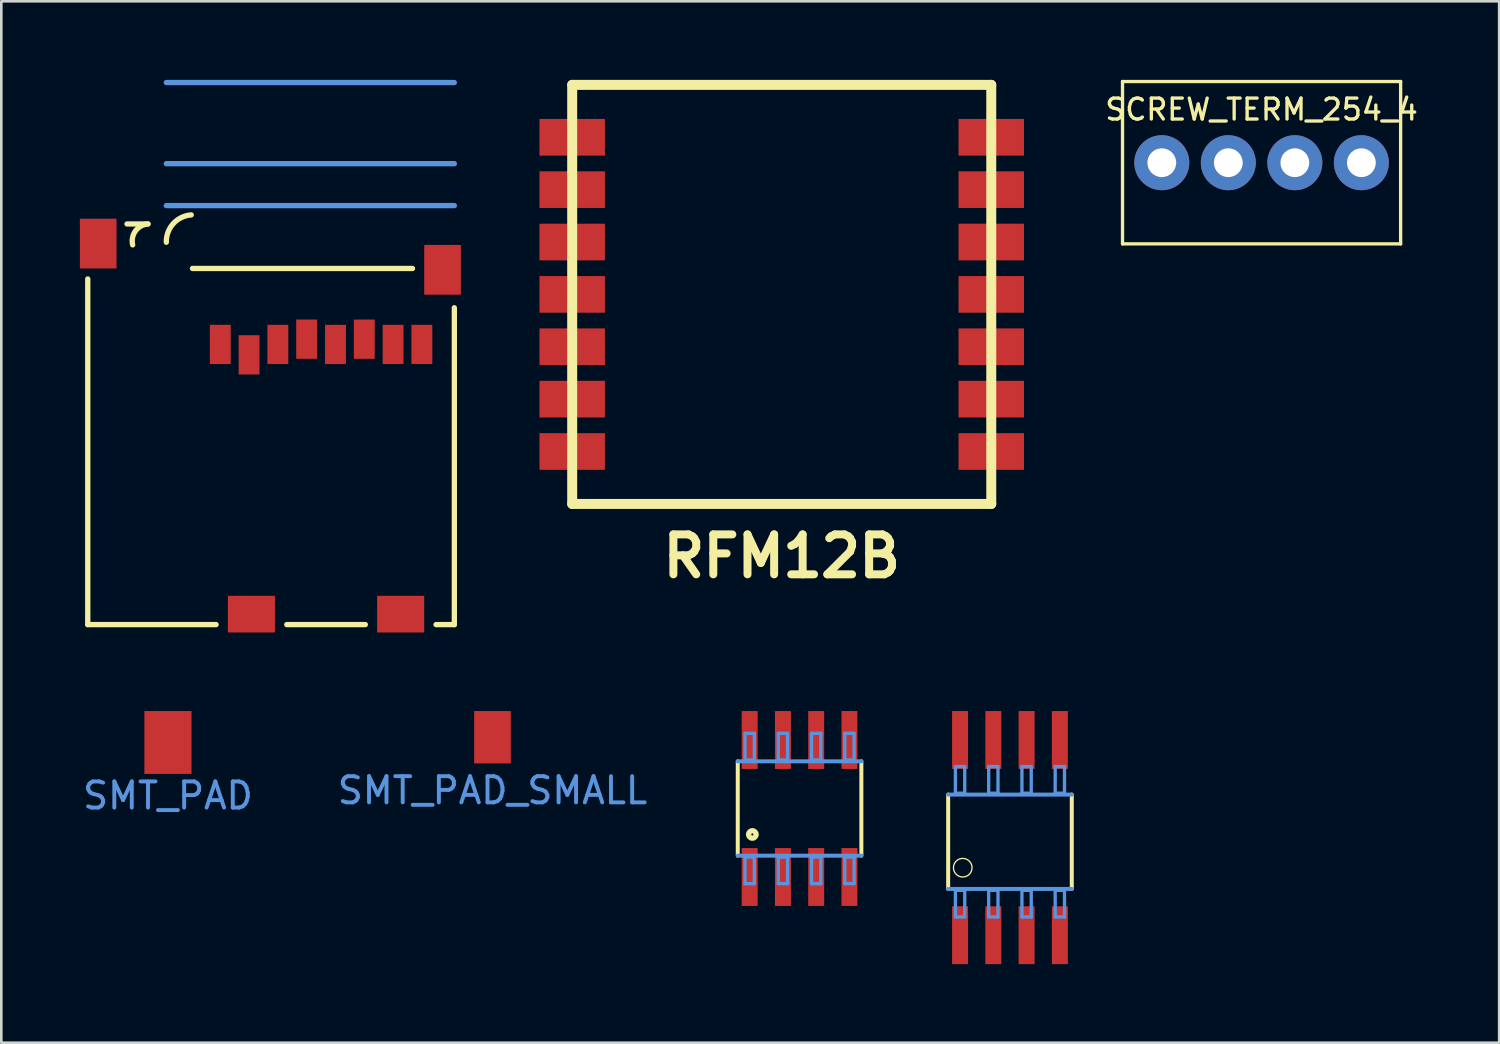
<source format=kicad_pcb>
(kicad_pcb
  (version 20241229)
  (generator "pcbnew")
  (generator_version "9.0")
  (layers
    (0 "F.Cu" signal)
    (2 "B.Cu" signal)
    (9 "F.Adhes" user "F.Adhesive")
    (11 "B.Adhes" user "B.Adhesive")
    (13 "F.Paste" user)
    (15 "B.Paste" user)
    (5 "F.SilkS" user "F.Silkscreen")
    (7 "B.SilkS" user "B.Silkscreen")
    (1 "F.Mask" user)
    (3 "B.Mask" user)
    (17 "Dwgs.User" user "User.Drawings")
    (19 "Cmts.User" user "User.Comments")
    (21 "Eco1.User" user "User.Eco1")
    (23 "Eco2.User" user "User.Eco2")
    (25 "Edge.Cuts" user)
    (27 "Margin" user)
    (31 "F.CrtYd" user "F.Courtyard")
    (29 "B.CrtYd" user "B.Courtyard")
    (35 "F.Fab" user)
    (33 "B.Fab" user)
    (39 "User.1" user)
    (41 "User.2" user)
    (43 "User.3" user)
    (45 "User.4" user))
  (footprint "SOIC-8-NARROW"
    (layer "F.Cu")
    (at 27.481 27.822)
    (property "Reference" "SOIC-8-NARROW" (at -0.048 -0.442 0) (layer "Eco1.User") (effects (font (size 0.406 0.406) (thickness 0.03))))
    (attr through_hole)
    (fp_line (start -2.36 -1.801) (end -2.36 1.801) (stroke (width 0.152) (type solid)) (layer "F.SilkS"))
    (fp_line (start 2.36 1.801) (end 2.36 -1.801) (stroke (width 0.152) (type solid)) (layer "F.SilkS"))
    (fp_circle (center -1.803 0.991) (end -1.661 0.991) (stroke (width 0.203) (type solid)) (fill no) (layer "F.SilkS"))
    (fp_line (start -2.36 1.801) (end 2.36 1.801) (stroke (width 0.152) (type solid)) (layer "Cmts.User"))
    (fp_line (start -2.083 -2.87) (end -2.083 -1.854) (stroke (width 0.127) (type solid)) (layer "Cmts.User"))
    (fp_line (start -2.083 -1.854) (end -1.727 -1.854) (stroke (width 0.127) (type solid)) (layer "Cmts.User"))
    (fp_line (start -2.083 1.854) (end -2.083 2.87) (stroke (width 0.127) (type solid)) (layer "Cmts.User"))
    (fp_line (start -2.083 2.87) (end -1.727 2.87) (stroke (width 0.127) (type solid)) (layer "Cmts.User"))
    (fp_line (start -1.727 -2.87) (end -2.083 -2.87) (stroke (width 0.127) (type solid)) (layer "Cmts.User"))
    (fp_line (start -1.727 -1.854) (end -1.727 -2.87) (stroke (width 0.127) (type solid)) (layer "Cmts.User"))
    (fp_line (start -1.727 1.854) (end -2.083 1.854) (stroke (width 0.127) (type solid)) (layer "Cmts.User"))
    (fp_line (start -1.727 2.87) (end -1.727 1.854) (stroke (width 0.127) (type solid)) (layer "Cmts.User"))
    (fp_line (start -0.813 -2.87) (end -0.813 -1.854) (stroke (width 0.127) (type solid)) (layer "Cmts.User"))
    (fp_line (start -0.813 -1.854) (end -0.457 -1.854) (stroke (width 0.127) (type solid)) (layer "Cmts.User"))
    (fp_line (start -0.813 1.854) (end -0.813 2.87) (stroke (width 0.127) (type solid)) (layer "Cmts.User"))
    (fp_line (start -0.813 2.87) (end -0.457 2.87) (stroke (width 0.127) (type solid)) (layer "Cmts.User"))
    (fp_line (start -0.457 -2.87) (end -0.813 -2.87) (stroke (width 0.127) (type solid)) (layer "Cmts.User"))
    (fp_line (start -0.457 -1.854) (end -0.457 -2.87) (stroke (width 0.127) (type solid)) (layer "Cmts.User"))
    (fp_line (start -0.457 1.854) (end -0.813 1.854) (stroke (width 0.127) (type solid)) (layer "Cmts.User"))
    (fp_line (start -0.457 2.87) (end -0.457 1.854) (stroke (width 0.127) (type solid)) (layer "Cmts.User"))
    (fp_line (start 0.457 -2.87) (end 0.457 -1.854) (stroke (width 0.127) (type solid)) (layer "Cmts.User"))
    (fp_line (start 0.457 -1.854) (end 0.813 -1.854) (stroke (width 0.127) (type solid)) (layer "Cmts.User"))
    (fp_line (start 0.457 1.854) (end 0.457 2.87) (stroke (width 0.127) (type solid)) (layer "Cmts.User"))
    (fp_line (start 0.457 2.87) (end 0.813 2.87) (stroke (width 0.127) (type solid)) (layer "Cmts.User"))
    (fp_line (start 0.813 -2.87) (end 0.457 -2.87) (stroke (width 0.127) (type solid)) (layer "Cmts.User"))
    (fp_line (start 0.813 -1.854) (end 0.813 -2.87) (stroke (width 0.127) (type solid)) (layer "Cmts.User"))
    (fp_line (start 0.813 1.854) (end 0.457 1.854) (stroke (width 0.127) (type solid)) (layer "Cmts.User"))
    (fp_line (start 0.813 2.87) (end 0.813 1.854) (stroke (width 0.127) (type solid)) (layer "Cmts.User"))
    (fp_line (start 1.727 -2.87) (end 1.727 -1.854) (stroke (width 0.127) (type solid)) (layer "Cmts.User"))
    (fp_line (start 1.727 -1.854) (end 2.083 -1.854) (stroke (width 0.127) (type solid)) (layer "Cmts.User"))
    (fp_line (start 1.727 1.854) (end 1.727 2.87) (stroke (width 0.127) (type solid)) (layer "Cmts.User"))
    (fp_line (start 1.727 2.87) (end 2.083 2.87) (stroke (width 0.127) (type solid)) (layer "Cmts.User"))
    (fp_line (start 2.083 -2.87) (end 1.727 -2.87) (stroke (width 0.127) (type solid)) (layer "Cmts.User"))
    (fp_line (start 2.083 -1.854) (end 2.083 -2.87) (stroke (width 0.127) (type solid)) (layer "Cmts.User"))
    (fp_line (start 2.083 1.854) (end 1.727 1.854) (stroke (width 0.127) (type solid)) (layer "Cmts.User"))
    (fp_line (start 2.083 2.87) (end 2.083 1.854) (stroke (width 0.127) (type solid)) (layer "Cmts.User"))
    (fp_line (start 2.36 -1.801) (end -2.36 -1.801) (stroke (width 0.152) (type solid)) (layer "Cmts.User"))
    (pad "1" smd rect (at -1.905 2.616) (size 0.61 2.21) (layers "F.Cu" "F.Mask" "F.Paste"))
    (pad "2" smd rect (at -0.635 2.616) (size 0.61 2.21) (layers "F.Cu" "F.Mask" "F.Paste"))
    (pad "3" smd rect (at 0.635 2.616) (size 0.61 2.21) (layers "F.Cu" "F.Mask" "F.Paste"))
    (pad "4" smd rect (at 1.905 2.616) (size 0.61 2.21) (layers "F.Cu" "F.Mask" "F.Paste"))
    (pad "5" smd rect (at 1.905 -2.616) (size 0.61 2.21) (layers "F.Cu" "F.Mask" "F.Paste"))
    (pad "6" smd rect (at 0.635 -2.616) (size 0.61 2.21) (layers "F.Cu" "F.Mask" "F.Paste"))
    (pad "7" smd rect (at -0.635 -2.616) (size 0.61 2.21) (layers "F.Cu" "F.Mask" "F.Paste"))
    (pad "8" smd rect (at -1.905 -2.616) (size 0.61 2.21) (layers "F.Cu" "F.Mask" "F.Paste")))
  (footprint "SMT_PAD_SMALL"
    (layer "F.Cu")
    (at 15.756 25.101)
    (property "Reference" "SMT_PAD_SMALL" (at 0 2.032 0) (layer "Cmts.User") (effects (font (size 1 1) (thickness 0.15))))
    (attr through_hole)
    (pad "1" smd rect (at 0 0) (size 1.4 2) (layers "F.Cu" "F.Mask" "F.Paste")))
  (footprint "SOIC-8-WIDE"
    (layer "F.Cu")
    (at 35.515 29.092)
    (property "Reference" "SOIC-8-WIDE" (at -0.023 -0.505 0) (layer "Eco1.User") (effects (font (size 0.406 0.406) (thickness 0.035))))
    (attr through_hole)
    (fp_line (start -2.36 -1.801) (end -2.36 1.801) (stroke (width 0.152) (type solid)) (layer "F.SilkS"))
    (fp_line (start 2.36 1.801) (end 2.36 -1.801) (stroke (width 0.152) (type solid)) (layer "F.SilkS"))
    (fp_circle (center -1.803 0.991) (end -1.448 0.991) (stroke (width 0.051) (type solid)) (fill no) (layer "F.SilkS"))
    (fp_line (start -2.36 1.801) (end 2.36 1.801) (stroke (width 0.152) (type solid)) (layer "Cmts.User"))
    (fp_line (start -2.083 -2.87) (end -2.083 -1.854) (stroke (width 0.127) (type solid)) (layer "Cmts.User"))
    (fp_line (start -2.083 -1.854) (end -1.727 -1.854) (stroke (width 0.127) (type solid)) (layer "Cmts.User"))
    (fp_line (start -2.083 1.854) (end -2.083 2.87) (stroke (width 0.127) (type solid)) (layer "Cmts.User"))
    (fp_line (start -2.083 2.87) (end -1.727 2.87) (stroke (width 0.127) (type solid)) (layer "Cmts.User"))
    (fp_line (start -1.727 -2.87) (end -2.083 -2.87) (stroke (width 0.127) (type solid)) (layer "Cmts.User"))
    (fp_line (start -1.727 -1.854) (end -1.727 -2.87) (stroke (width 0.127) (type solid)) (layer "Cmts.User"))
    (fp_line (start -1.727 1.854) (end -2.083 1.854) (stroke (width 0.127) (type solid)) (layer "Cmts.User"))
    (fp_line (start -1.727 2.87) (end -1.727 1.854) (stroke (width 0.127) (type solid)) (layer "Cmts.User"))
    (fp_line (start -0.813 -2.87) (end -0.813 -1.854) (stroke (width 0.127) (type solid)) (layer "Cmts.User"))
    (fp_line (start -0.813 -1.854) (end -0.457 -1.854) (stroke (width 0.127) (type solid)) (layer "Cmts.User"))
    (fp_line (start -0.813 1.854) (end -0.813 2.87) (stroke (width 0.127) (type solid)) (layer "Cmts.User"))
    (fp_line (start -0.813 2.87) (end -0.457 2.87) (stroke (width 0.127) (type solid)) (layer "Cmts.User"))
    (fp_line (start -0.457 -2.87) (end -0.813 -2.87) (stroke (width 0.127) (type solid)) (layer "Cmts.User"))
    (fp_line (start -0.457 -1.854) (end -0.457 -2.87) (stroke (width 0.127) (type solid)) (layer "Cmts.User"))
    (fp_line (start -0.457 1.854) (end -0.813 1.854) (stroke (width 0.127) (type solid)) (layer "Cmts.User"))
    (fp_line (start -0.457 2.87) (end -0.457 1.854) (stroke (width 0.127) (type solid)) (layer "Cmts.User"))
    (fp_line (start 0.457 -2.87) (end 0.457 -1.854) (stroke (width 0.127) (type solid)) (layer "Cmts.User"))
    (fp_line (start 0.457 -1.854) (end 0.813 -1.854) (stroke (width 0.127) (type solid)) (layer "Cmts.User"))
    (fp_line (start 0.457 1.854) (end 0.457 2.87) (stroke (width 0.127) (type solid)) (layer "Cmts.User"))
    (fp_line (start 0.457 2.87) (end 0.813 2.87) (stroke (width 0.127) (type solid)) (layer "Cmts.User"))
    (fp_line (start 0.813 -2.87) (end 0.457 -2.87) (stroke (width 0.127) (type solid)) (layer "Cmts.User"))
    (fp_line (start 0.813 -1.854) (end 0.813 -2.87) (stroke (width 0.127) (type solid)) (layer "Cmts.User"))
    (fp_line (start 0.813 1.854) (end 0.457 1.854) (stroke (width 0.127) (type solid)) (layer "Cmts.User"))
    (fp_line (start 0.813 2.87) (end 0.813 1.854) (stroke (width 0.127) (type solid)) (layer "Cmts.User"))
    (fp_line (start 1.727 -2.87) (end 1.727 -1.854) (stroke (width 0.127) (type solid)) (layer "Cmts.User"))
    (fp_line (start 1.727 -1.854) (end 2.083 -1.854) (stroke (width 0.127) (type solid)) (layer "Cmts.User"))
    (fp_line (start 1.727 1.854) (end 1.727 2.87) (stroke (width 0.127) (type solid)) (layer "Cmts.User"))
    (fp_line (start 1.727 2.87) (end 2.083 2.87) (stroke (width 0.127) (type solid)) (layer "Cmts.User"))
    (fp_line (start 2.083 -2.87) (end 1.727 -2.87) (stroke (width 0.127) (type solid)) (layer "Cmts.User"))
    (fp_line (start 2.083 -1.854) (end 2.083 -2.87) (stroke (width 0.127) (type solid)) (layer "Cmts.User"))
    (fp_line (start 2.083 1.854) (end 1.727 1.854) (stroke (width 0.127) (type solid)) (layer "Cmts.User"))
    (fp_line (start 2.083 2.87) (end 2.083 1.854) (stroke (width 0.127) (type solid)) (layer "Cmts.User"))
    (fp_line (start 2.36 -1.801) (end -2.36 -1.801) (stroke (width 0.152) (type solid)) (layer "Cmts.User"))
    (pad "1" smd rect (at -1.905 3.569) (size 0.61 2.21) (layers "F.Cu" "F.Mask" "F.Paste"))
    (pad "2" smd rect (at -0.635 3.569) (size 0.61 2.21) (layers "F.Cu" "F.Mask" "F.Paste"))
    (pad "3" smd rect (at 0.635 3.569) (size 0.61 2.21) (layers "F.Cu" "F.Mask" "F.Paste"))
    (pad "4" smd rect (at 1.905 3.569) (size 0.61 2.21) (layers "F.Cu" "F.Mask" "F.Paste"))
    (pad "5" smd rect (at 1.905 -3.886) (size 0.61 2.21) (layers "F.Cu" "F.Mask" "F.Paste"))
    (pad "6" smd rect (at 0.635 -3.886) (size 0.61 2.21) (layers "F.Cu" "F.Mask" "F.Paste"))
    (pad "7" smd rect (at -0.635 -3.886) (size 0.61 2.21) (layers "F.Cu" "F.Mask" "F.Paste"))
    (pad "8" smd rect (at -1.905 -3.886) (size 0.61 2.21) (layers "F.Cu" "F.Mask" "F.Paste")))
  (footprint "MICROSD_SOCKET_SPARKFUN"
    (layer "F.Cu")
    (at 14.299 20.8)
    (property "Reference" "MICROSD_SOCKET_SPARKFUN" (at 0 0 0) (layer "Cmts.User") (effects (font (size 0.001 0.001) (thickness 0.000001))))
    (attr through_hole)
    (fp_line (start -13.998 0) (end -13.998 -13.198) (stroke (width 0.203) (type solid)) (layer "F.SilkS"))
    (fp_line (start -13.998 0) (end -9.098 0) (stroke (width 0.203) (type solid)) (layer "F.SilkS"))
    (fp_line (start -11.699 -15.298) (end -12.499 -15.298) (stroke (width 0.203) (type solid)) (layer "F.SilkS"))
    (fp_line (start -10 -13.599) (end -1.598 -13.599) (stroke (width 0.203) (type solid)) (layer "F.SilkS"))
    (fp_line (start -3.399 0) (end -6.398 0) (stroke (width 0.203) (type solid)) (layer "F.SilkS"))
    (fp_line (start 0 -12.098) (end 0 0) (stroke (width 0.203) (type solid)) (layer "F.SilkS"))
    (fp_line (start 0 0) (end -0.699 0) (stroke (width 0.203) (type solid)) (layer "F.SilkS"))
    (fp_arc (start -12.283514 -14.499609) (mid -12.174872 -15.033228) (end -11.69924 -15.29842) (stroke (width 0.2032) (type solid)) (layer "F.SilkS"))
    (fp_arc (start -10.9982 -14.59992) (mid -10.731621 -15.312134) (end -10.047416 -15.644061) (stroke (width 0.2032) (type solid)) (layer "F.SilkS"))
    (fp_line (start -10.998 -15.999) (end 0 -15.999) (stroke (width 0.203) (type solid)) (layer "Cmts.User"))
    (fp_line (start 0 -20.698) (end -10.998 -20.698) (stroke (width 0.203) (type solid)) (layer "Cmts.User"))
    (fp_line (start 0 -17.6) (end -10.998 -17.6) (stroke (width 0.203) (type solid)) (layer "Cmts.User"))
    (fp_text user ">Name" (at -7.264 -5.944 0) (layer "Eco1.User") (effects (font (size 0.813 0.813) (thickness 0.064))))
    (fp_text user ">Value" (at -6.452 -4.674 0) (layer "Eco1.User") (effects (font (size 0.813 0.813) (thickness 0.064))))
    (pad "1" smd rect (at -8.938 -10.698) (size 0.798 1.499) (layers "F.Cu" "F.Mask" "F.Paste"))
    (pad "2" smd rect (at -7.838 -10.3) (size 0.798 1.499) (layers "F.Cu" "F.Mask" "F.Paste"))
    (pad "3" smd rect (at -6.739 -10.698) (size 0.798 1.499) (layers "F.Cu" "F.Mask" "F.Paste"))
    (pad "4" smd rect (at -5.639 -10.899) (size 0.798 1.499) (layers "F.Cu" "F.Mask" "F.Paste"))
    (pad "5" smd rect (at -4.539 -10.698) (size 0.798 1.499) (layers "F.Cu" "F.Mask" "F.Paste"))
    (pad "6" smd rect (at -3.439 -10.899) (size 0.798 1.499) (layers "F.Cu" "F.Mask" "F.Paste"))
    (pad "7" smd rect (at -2.339 -10.698) (size 0.798 1.499) (layers "F.Cu" "F.Mask" "F.Paste"))
    (pad "8" smd rect (at -1.24 -10.698) (size 0.798 1.499) (layers "F.Cu" "F.Mask" "F.Paste"))
    (pad "CD1" smd rect (at -2.05 -0.399) (size 1.798 1.4) (layers "F.Cu" "F.Mask" "F.Paste"))
    (pad "CD2" smd rect (at -7.75 -0.399) (size 1.798 1.4) (layers "F.Cu" "F.Mask" "F.Paste"))
    (pad "GND1" smd rect (at -13.599 -14.549) (size 1.4 1.9) (layers "F.Cu" "F.Mask" "F.Paste"))
    (pad "GND3" smd rect (at -0.45 -13.548) (size 1.4 1.9) (layers "F.Cu" "F.Mask" "F.Paste")))
  (footprint "SMT_PAD"
    (layer "F.Cu")
    (at 3.363 25.301)
    (property "Reference" "SMT_PAD" (at 0 2.032 0) (layer "Cmts.User") (effects (font (size 1 1) (thickness 0.15))))
    (attr through_hole)
    (pad "1" smd rect (at 0 0) (size 1.8 2.4) (layers "F.Cu" "F.Mask" "F.Paste")))
  (footprint "RFM12B"
    (layer "F.Cu")
    (at 26.8 8.191)
    (property "Reference" "RFM12B" (at 0 10 0) (layer "F.SilkS") (effects (font (size 1.524 1.524) (thickness 0.305))))
    (attr through_hole)
    (fp_line (start -8.001 -8.001) (end 8.001 -8.001) (stroke (width 0.381) (type solid)) (layer "F.SilkS"))
    (fp_line (start -8.001 8.001) (end -8.001 -8.001) (stroke (width 0.381) (type solid)) (layer "F.SilkS"))
    (fp_line (start 8.001 -8.001) (end 8.001 8.001) (stroke (width 0.381) (type solid)) (layer "F.SilkS"))
    (fp_line (start 8.001 8.001) (end -8.001 8.001) (stroke (width 0.381) (type solid)) (layer "F.SilkS"))
    (pad "1" smd rect (at -8.001 -5.999) (size 2.499 1.4) (layers "F.Cu" "F.Mask" "F.Paste"))
    (pad "2" smd rect (at -8.001 -4) (size 2.499 1.4) (layers "F.Cu" "F.Mask" "F.Paste"))
    (pad "3" smd rect (at -8.001 -1.999) (size 2.499 1.4) (layers "F.Cu" "F.Mask" "F.Paste"))
    (pad "4" smd rect (at -8.001 0) (size 2.499 1.4) (layers "F.Cu" "F.Mask" "F.Paste"))
    (pad "5" smd rect (at -8.001 1.999) (size 2.499 1.4) (layers "F.Cu" "F.Mask" "F.Paste"))
    (pad "6" smd rect (at -8.001 4) (size 2.499 1.4) (layers "F.Cu" "F.Mask" "F.Paste"))
    (pad "7" smd rect (at -8.001 5.999) (size 2.499 1.4) (layers "F.Cu" "F.Mask" "F.Paste"))
    (pad "8" smd rect (at 8.001 5.999) (size 2.499 1.4) (layers "F.Cu" "F.Mask" "F.Paste"))
    (pad "9" smd rect (at 8.001 4) (size 2.499 1.4) (layers "F.Cu" "F.Mask" "F.Paste"))
    (pad "10" smd rect (at 8.001 1.999) (size 2.499 1.4) (layers "F.Cu" "F.Mask" "F.Paste"))
    (pad "11" smd rect (at 8.001 0) (size 2.499 1.4) (layers "F.Cu" "F.Mask" "F.Paste"))
    (pad "12" smd rect (at 8.001 -1.999) (size 2.499 1.4) (layers "F.Cu" "F.Mask" "F.Paste"))
    (pad "13" smd rect (at 8.001 -4) (size 2.499 1.4) (layers "F.Cu" "F.Mask" "F.Paste"))
    (pad "14" smd rect (at 8.001 -5.999) (size 2.499 1.4) (layers "F.Cu" "F.Mask" "F.Paste")))
  (footprint "SCREW_TERM_254_4"
    (layer "F.Cu")
    (at 45.123 3.163)
    (property "Reference" "SCREW_TERM_254_4" (at 0 -2.032 0) (layer "F.SilkS") (effects (font (size 0.8 0.8) (thickness 0.127))))
    (attr through_hole)
    (fp_line (start -5.31 -3.1) (end -5.31 3.1) (stroke (width 0.127) (type solid)) (layer "F.SilkS"))
    (fp_line (start -5.31 3.1) (end 5.31 3.1) (stroke (width 0.127) (type solid)) (layer "F.SilkS"))
    (fp_line (start 5.31 -3.1) (end -5.31 -3.1) (stroke (width 0.127) (type solid)) (layer "F.SilkS"))
    (fp_line (start 5.31 3.1) (end 5.31 -3.1) (stroke (width 0.127) (type solid)) (layer "F.SilkS"))
    (fp_line (start -4.064 -0.254) (end -4.064 0.254) (stroke (width 0.127) (type solid)) (layer "Cmts.User"))
    (fp_line (start -4.064 0.254) (end -3.556 0.254) (stroke (width 0.127) (type solid)) (layer "Cmts.User"))
    (fp_line (start -3.556 -0.254) (end -4.064 -0.254) (stroke (width 0.127) (type solid)) (layer "Cmts.User"))
    (fp_line (start -3.556 0.254) (end -3.556 -0.254) (stroke (width 0.127) (type solid)) (layer "Cmts.User"))
    (fp_line (start -1.524 -0.254) (end -1.524 0.254) (stroke (width 0.127) (type solid)) (layer "Cmts.User"))
    (fp_line (start -1.524 0.254) (end -1.016 0.254) (stroke (width 0.127) (type solid)) (layer "Cmts.User"))
    (fp_line (start -1.016 -0.254) (end -1.524 -0.254) (stroke (width 0.127) (type solid)) (layer "Cmts.User"))
    (fp_line (start -1.016 0.254) (end -1.016 -0.254) (stroke (width 0.127) (type solid)) (layer "Cmts.User"))
    (fp_line (start 1.016 -0.254) (end 1.016 0.254) (stroke (width 0.127) (type solid)) (layer "Cmts.User"))
    (fp_line (start 1.016 0.254) (end 1.524 0.254) (stroke (width 0.127) (type solid)) (layer "Cmts.User"))
    (fp_line (start 1.524 -0.254) (end 1.016 -0.254) (stroke (width 0.127) (type solid)) (layer "Cmts.User"))
    (fp_line (start 1.524 0.254) (end 1.524 -0.254) (stroke (width 0.127) (type solid)) (layer "Cmts.User"))
    (fp_line (start 3.556 -0.254) (end 3.556 0.254) (stroke (width 0.127) (type solid)) (layer "Cmts.User"))
    (fp_line (start 3.556 0.254) (end 4.064 0.254) (stroke (width 0.127) (type solid)) (layer "Cmts.User"))
    (fp_line (start 4.064 -0.254) (end 3.556 -0.254) (stroke (width 0.127) (type solid)) (layer "Cmts.User"))
    (fp_line (start 4.064 0.254) (end 4.064 -0.254) (stroke (width 0.127) (type solid)) (layer "Cmts.User"))
    (pad "1" thru_hole oval (at -3.81 0 90) (size 2.1 2.1) (drill 1.1) (layers "*.Cu" "*.Mask"))
    (pad "2" thru_hole oval (at -1.27 0 90) (size 2.1 2.1) (drill 1.1) (layers "*.Cu" "*.Mask"))
    (pad "3" thru_hole oval (at 1.27 0 90) (size 2.1 2.1) (drill 1.1) (layers "*.Cu" "*.Mask"))
    (pad "4" thru_hole oval (at 3.81 0 90) (size 2.1 2.1) (drill 1.1) (layers "*.Cu" "*.Mask")))
  (gr_rect
    (start -3 -3)
    (end 54.195 36.766)
    (stroke (width 0.1) (type default))
    (fill no)
    (layer "Edge.Cuts")))
</source>
